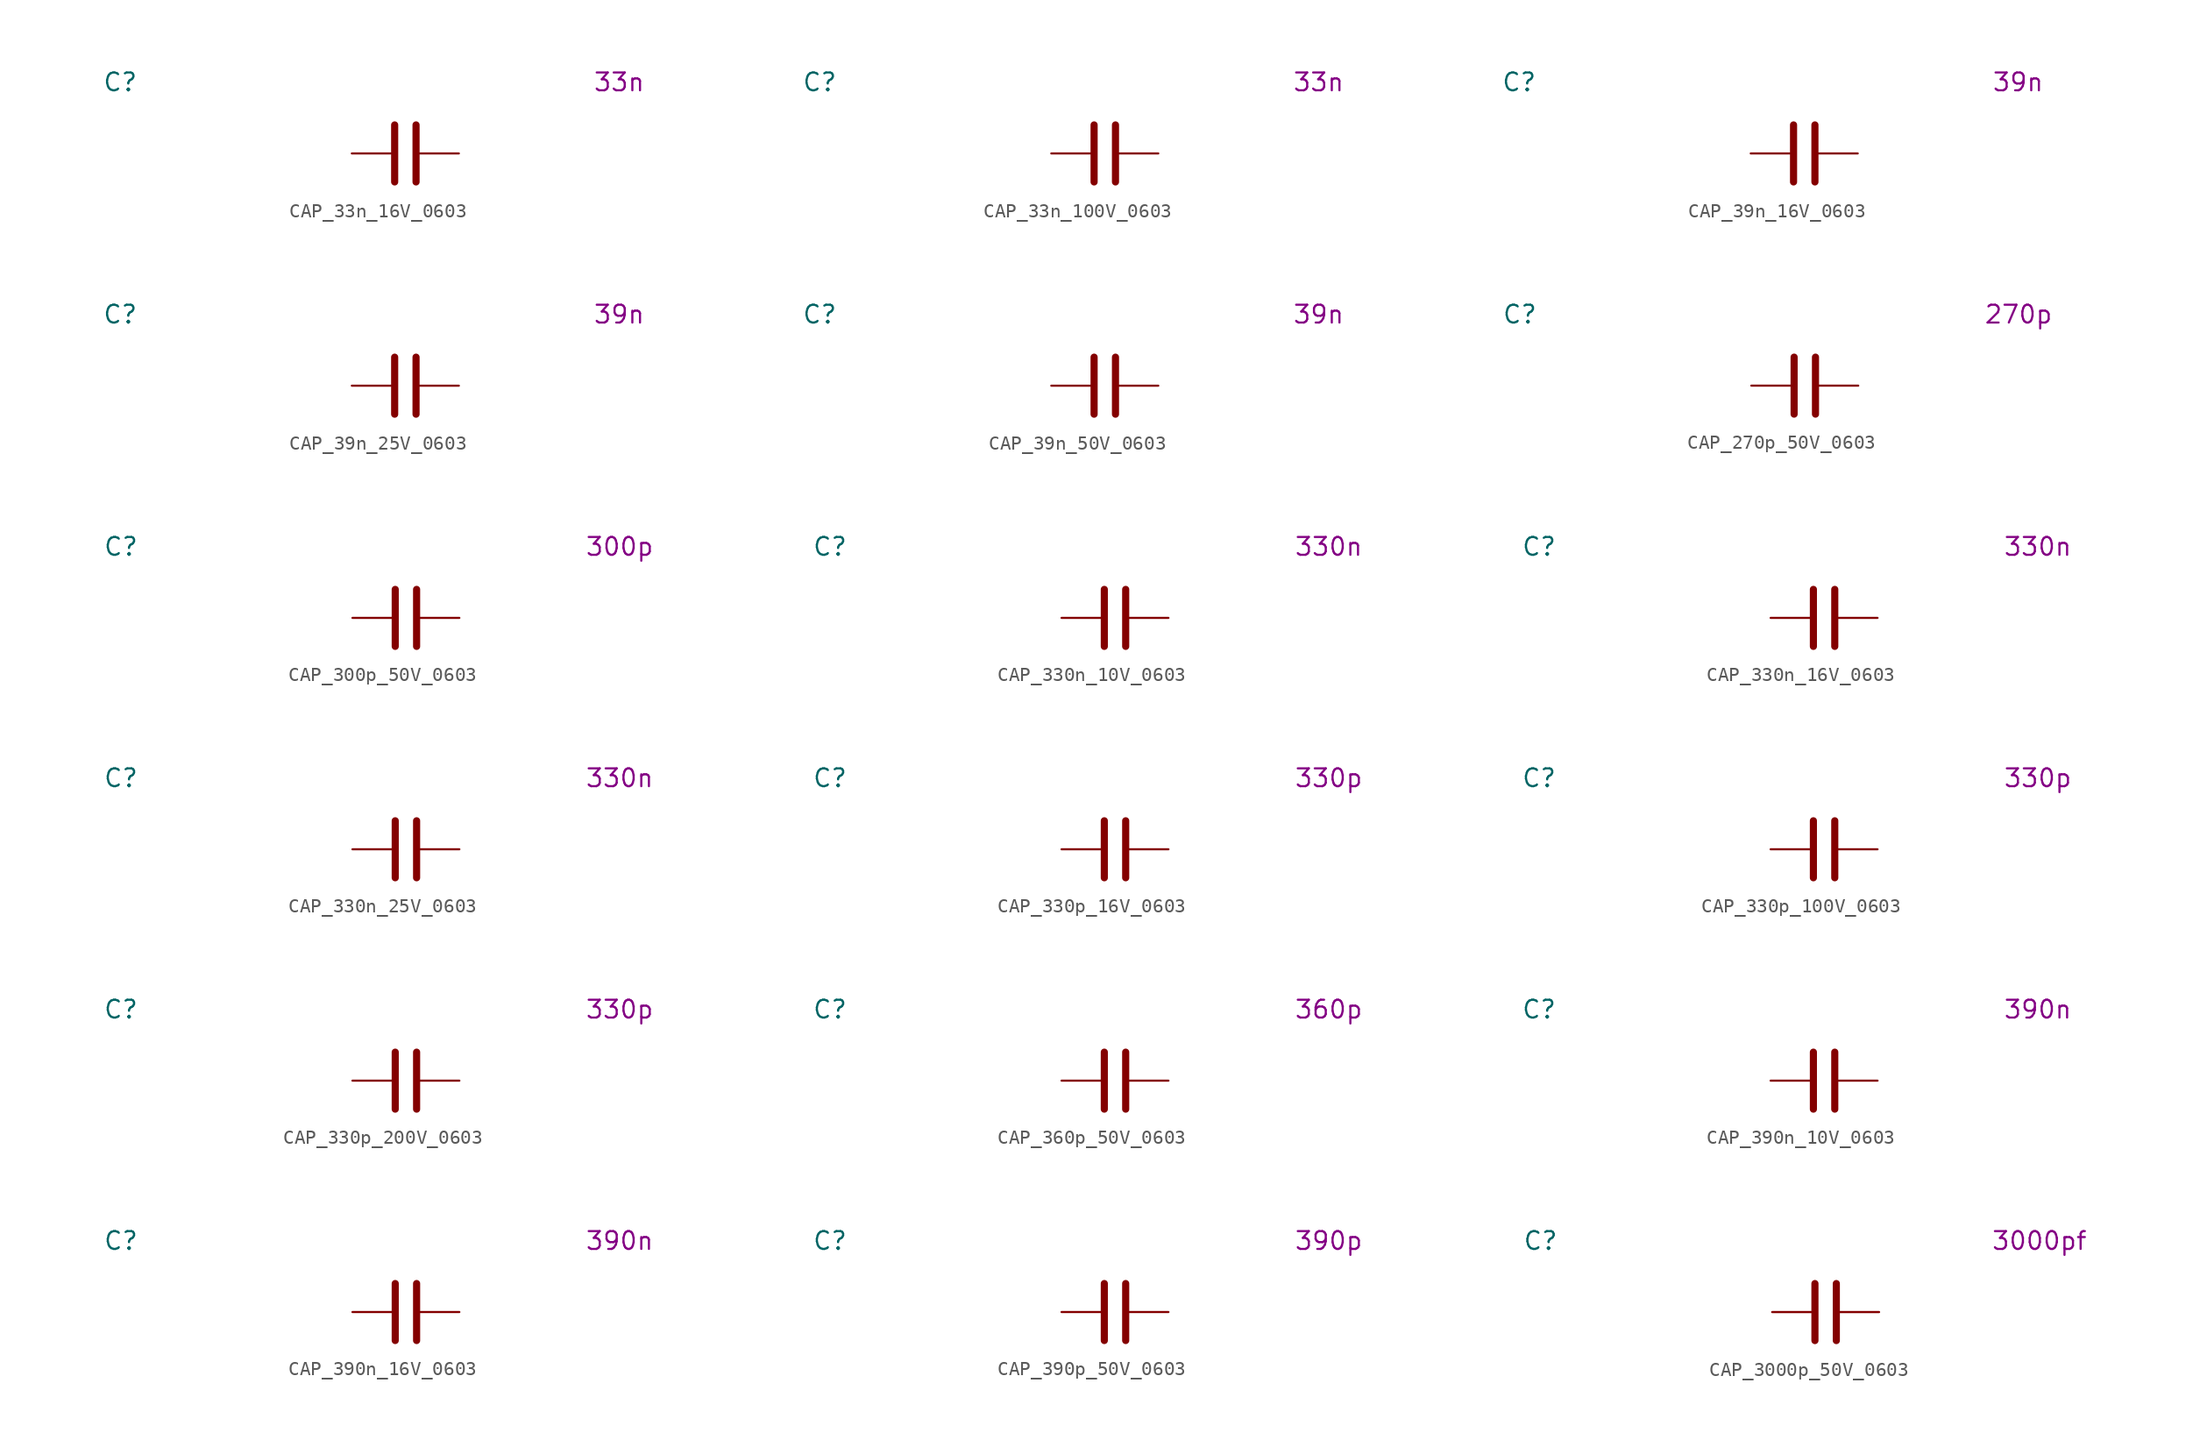
<source format=kicad_sym>
(kicad_symbol_lib
  (version 20231120)
  (generator "kicad_symbol_editor")
  (generator_version "8.0")
  (symbol "CAP_33n_16V_0603"
    (pin_numbers hide)
    (property "Reference" "C"
      (at -20.32 5.08 0)
      (effects (font (size 1.27 1.27))))
    (property "Display Value" "33n"
      (at 15.24 5.08 0)
      (effects (font (size 1.27 1.27))))
    (symbol "CAP_33n_16V_0603_0_1"
      (polyline (pts (xy -0.762 -2.032) (xy -0.762 2.032)) (stroke (width 0.508) (type default)) (fill (type none)))
      (polyline (pts (xy 0.762 -2.032) (xy 0.762 2.032)) (stroke (width 0.508) (type default)) (fill (type none))))
    (symbol "CAP_33n_16V_0603_1_1"
      (pin passive line (at -3.81 0 0) (length 2.794) (name "~" (effects (font (size 1.27 1.27)))) (number "1" (effects (font (size 1.27 1.27)))))
      (pin passive line (at 3.81 0 180) (length 2.794) (name "~" (effects (font (size 1.27 1.27)))) (number "2" (effects (font (size 1.27 1.27)))))))
  (symbol "CAP_33n_100V_0603"
    (pin_numbers hide)
    (property "Reference" "C"
      (at -20.32 5.08 0)
      (effects (font (size 1.27 1.27))))
    (property "Display Value" "33n"
      (at 15.24 5.08 0)
      (effects (font (size 1.27 1.27))))
    (symbol "CAP_33n_100V_0603_0_1"
      (polyline (pts (xy -0.762 -2.032) (xy -0.762 2.032)) (stroke (width 0.508) (type default)) (fill (type none)))
      (polyline (pts (xy 0.762 -2.032) (xy 0.762 2.032)) (stroke (width 0.508) (type default)) (fill (type none))))
    (symbol "CAP_33n_100V_0603_1_1"
      (pin passive line (at -3.81 0 0) (length 2.794) (name "~" (effects (font (size 1.27 1.27)))) (number "1" (effects (font (size 1.27 1.27)))))
      (pin passive line (at 3.81 0 180) (length 2.794) (name "~" (effects (font (size 1.27 1.27)))) (number "2" (effects (font (size 1.27 1.27)))))))
  (symbol "CAP_39n_16V_0603"
    (pin_numbers hide)
    (property "Reference" "C"
      (at -20.32 5.08 0)
      (effects (font (size 1.27 1.27))))
    (property "Display Value" "39n"
      (at 15.24 5.08 0)
      (effects (font (size 1.27 1.27))))
    (symbol "CAP_39n_16V_0603_0_1"
      (polyline (pts (xy -0.762 -2.032) (xy -0.762 2.032)) (stroke (width 0.508) (type default)) (fill (type none)))
      (polyline (pts (xy 0.762 -2.032) (xy 0.762 2.032)) (stroke (width 0.508) (type default)) (fill (type none))))
    (symbol "CAP_39n_16V_0603_1_1"
      (pin passive line (at -3.81 0 0) (length 2.794) (name "~" (effects (font (size 1.27 1.27)))) (number "1" (effects (font (size 1.27 1.27)))))
      (pin passive line (at 3.81 0 180) (length 2.794) (name "~" (effects (font (size 1.27 1.27)))) (number "2" (effects (font (size 1.27 1.27)))))))
  (symbol "CAP_39n_25V_0603"
    (pin_numbers hide)
    (property "Reference" "C"
      (at -20.32 5.08 0)
      (effects (font (size 1.27 1.27))))
    (property "Display Value" "39n"
      (at 15.24 5.08 0)
      (effects (font (size 1.27 1.27))))
    (symbol "CAP_39n_25V_0603_0_1"
      (polyline (pts (xy -0.762 -2.032) (xy -0.762 2.032)) (stroke (width 0.508) (type default)) (fill (type none)))
      (polyline (pts (xy 0.762 -2.032) (xy 0.762 2.032)) (stroke (width 0.508) (type default)) (fill (type none))))
    (symbol "CAP_39n_25V_0603_1_1"
      (pin passive line (at -3.81 0 0) (length 2.794) (name "~" (effects (font (size 1.27 1.27)))) (number "1" (effects (font (size 1.27 1.27)))))
      (pin passive line (at 3.81 0 180) (length 2.794) (name "~" (effects (font (size 1.27 1.27)))) (number "2" (effects (font (size 1.27 1.27)))))))
  (symbol "CAP_39n_50V_0603"
    (pin_numbers hide)
    (property "Reference" "C"
      (at -20.32 5.08 0)
      (effects (font (size 1.27 1.27))))
    (property "Display Value" "39n"
      (at 15.24 5.08 0)
      (effects (font (size 1.27 1.27))))
    (symbol "CAP_39n_50V_0603_0_1"
      (polyline (pts (xy -0.762 -2.032) (xy -0.762 2.032)) (stroke (width 0.508) (type default)) (fill (type none)))
      (polyline (pts (xy 0.762 -2.032) (xy 0.762 2.032)) (stroke (width 0.508) (type default)) (fill (type none))))
    (symbol "CAP_39n_50V_0603_1_1"
      (pin passive line (at -3.81 0 0) (length 2.794) (name "~" (effects (font (size 1.27 1.27)))) (number "1" (effects (font (size 1.27 1.27)))))
      (pin passive line (at 3.81 0 180) (length 2.794) (name "~" (effects (font (size 1.27 1.27)))) (number "2" (effects (font (size 1.27 1.27)))))))
  (symbol "CAP_270p_50V_0603"
    (pin_numbers hide)
    (property "Reference" "C"
      (at -20.32 5.08 0)
      (effects (font (size 1.27 1.27))))
    (property "Display Value" "270p"
      (at 15.24 5.08 0)
      (effects (font (size 1.27 1.27))))
    (symbol "CAP_270p_50V_0603_0_1"
      (polyline (pts (xy -0.762 -2.032) (xy -0.762 2.032)) (stroke (width 0.508) (type default)) (fill (type none)))
      (polyline (pts (xy 0.762 -2.032) (xy 0.762 2.032)) (stroke (width 0.508) (type default)) (fill (type none))))
    (symbol "CAP_270p_50V_0603_1_1"
      (pin passive line (at -3.81 0 0) (length 2.794) (name "~" (effects (font (size 1.27 1.27)))) (number "1" (effects (font (size 1.27 1.27)))))
      (pin passive line (at 3.81 0 180) (length 2.794) (name "~" (effects (font (size 1.27 1.27)))) (number "2" (effects (font (size 1.27 1.27)))))))
  (symbol "CAP_300p_50V_0603"
    (pin_numbers hide)
    (property "Reference" "C"
      (at -20.32 5.08 0)
      (effects (font (size 1.27 1.27))))
    (property "Display Value" "300p"
      (at 15.24 5.08 0)
      (effects (font (size 1.27 1.27))))
    (symbol "CAP_300p_50V_0603_0_1"
      (polyline (pts (xy -0.762 -2.032) (xy -0.762 2.032)) (stroke (width 0.508) (type default)) (fill (type none)))
      (polyline (pts (xy 0.762 -2.032) (xy 0.762 2.032)) (stroke (width 0.508) (type default)) (fill (type none))))
    (symbol "CAP_300p_50V_0603_1_1"
      (pin passive line (at -3.81 0 0) (length 2.794) (name "~" (effects (font (size 1.27 1.27)))) (number "1" (effects (font (size 1.27 1.27)))))
      (pin passive line (at 3.81 0 180) (length 2.794) (name "~" (effects (font (size 1.27 1.27)))) (number "2" (effects (font (size 1.27 1.27)))))))
  (symbol "CAP_330n_10V_0603"
    (pin_numbers hide)
    (property "Reference" "C"
      (at -20.32 5.08 0)
      (effects (font (size 1.27 1.27))))
    (property "Display Value" "330n"
      (at 15.24 5.08 0)
      (effects (font (size 1.27 1.27))))
    (symbol "CAP_330n_10V_0603_0_1"
      (polyline (pts (xy -0.762 -2.032) (xy -0.762 2.032)) (stroke (width 0.508) (type default)) (fill (type none)))
      (polyline (pts (xy 0.762 -2.032) (xy 0.762 2.032)) (stroke (width 0.508) (type default)) (fill (type none))))
    (symbol "CAP_330n_10V_0603_1_1"
      (pin passive line (at -3.81 0 0) (length 2.794) (name "~" (effects (font (size 1.27 1.27)))) (number "1" (effects (font (size 1.27 1.27)))))
      (pin passive line (at 3.81 0 180) (length 2.794) (name "~" (effects (font (size 1.27 1.27)))) (number "2" (effects (font (size 1.27 1.27)))))))
  (symbol "CAP_330n_16V_0603"
    (pin_numbers hide)
    (property "Reference" "C"
      (at -20.32 5.08 0)
      (effects (font (size 1.27 1.27))))
    (property "Display Value" "330n"
      (at 15.24 5.08 0)
      (effects (font (size 1.27 1.27))))
    (symbol "CAP_330n_16V_0603_0_1"
      (polyline (pts (xy -0.762 -2.032) (xy -0.762 2.032)) (stroke (width 0.508) (type default)) (fill (type none)))
      (polyline (pts (xy 0.762 -2.032) (xy 0.762 2.032)) (stroke (width 0.508) (type default)) (fill (type none))))
    (symbol "CAP_330n_16V_0603_1_1"
      (pin passive line (at -3.81 0 0) (length 2.794) (name "~" (effects (font (size 1.27 1.27)))) (number "1" (effects (font (size 1.27 1.27)))))
      (pin passive line (at 3.81 0 180) (length 2.794) (name "~" (effects (font (size 1.27 1.27)))) (number "2" (effects (font (size 1.27 1.27)))))))
  (symbol "CAP_330n_25V_0603"
    (pin_numbers hide)
    (property "Reference" "C"
      (at -20.32 5.08 0)
      (effects (font (size 1.27 1.27))))
    (property "Display Value" "330n"
      (at 15.24 5.08 0)
      (effects (font (size 1.27 1.27))))
    (symbol "CAP_330n_25V_0603_0_1"
      (polyline (pts (xy -0.762 -2.032) (xy -0.762 2.032)) (stroke (width 0.508) (type default)) (fill (type none)))
      (polyline (pts (xy 0.762 -2.032) (xy 0.762 2.032)) (stroke (width 0.508) (type default)) (fill (type none))))
    (symbol "CAP_330n_25V_0603_1_1"
      (pin passive line (at -3.81 0 0) (length 2.794) (name "~" (effects (font (size 1.27 1.27)))) (number "1" (effects (font (size 1.27 1.27)))))
      (pin passive line (at 3.81 0 180) (length 2.794) (name "~" (effects (font (size 1.27 1.27)))) (number "2" (effects (font (size 1.27 1.27)))))))
  (symbol "CAP_330p_16V_0603"
    (pin_numbers hide)
    (property "Reference" "C"
      (at -20.32 5.08 0)
      (effects (font (size 1.27 1.27))))
    (property "Display Value" "330p"
      (at 15.24 5.08 0)
      (effects (font (size 1.27 1.27))))
    (symbol "CAP_330p_16V_0603_0_1"
      (polyline (pts (xy -0.762 -2.032) (xy -0.762 2.032)) (stroke (width 0.508) (type default)) (fill (type none)))
      (polyline (pts (xy 0.762 -2.032) (xy 0.762 2.032)) (stroke (width 0.508) (type default)) (fill (type none))))
    (symbol "CAP_330p_16V_0603_1_1"
      (pin passive line (at -3.81 0 0) (length 2.794) (name "~" (effects (font (size 1.27 1.27)))) (number "1" (effects (font (size 1.27 1.27)))))
      (pin passive line (at 3.81 0 180) (length 2.794) (name "~" (effects (font (size 1.27 1.27)))) (number "2" (effects (font (size 1.27 1.27)))))))
  (symbol "CAP_330p_100V_0603"
    (pin_numbers hide)
    (property "Reference" "C"
      (at -20.32 5.08 0)
      (effects (font (size 1.27 1.27))))
    (property "Display Value" "330p"
      (at 15.24 5.08 0)
      (effects (font (size 1.27 1.27))))
    (symbol "CAP_330p_100V_0603_0_1"
      (polyline (pts (xy -0.762 -2.032) (xy -0.762 2.032)) (stroke (width 0.508) (type default)) (fill (type none)))
      (polyline (pts (xy 0.762 -2.032) (xy 0.762 2.032)) (stroke (width 0.508) (type default)) (fill (type none))))
    (symbol "CAP_330p_100V_0603_1_1"
      (pin passive line (at -3.81 0 0) (length 2.794) (name "~" (effects (font (size 1.27 1.27)))) (number "1" (effects (font (size 1.27 1.27)))))
      (pin passive line (at 3.81 0 180) (length 2.794) (name "~" (effects (font (size 1.27 1.27)))) (number "2" (effects (font (size 1.27 1.27)))))))
  (symbol "CAP_330p_200V_0603"
    (pin_numbers hide)
    (property "Reference" "C"
      (at -20.32 5.08 0)
      (effects (font (size 1.27 1.27))))
    (property "Display Value" "330p"
      (at 15.24 5.08 0)
      (effects (font (size 1.27 1.27))))
    (symbol "CAP_330p_200V_0603_0_1"
      (polyline (pts (xy -0.762 -2.032) (xy -0.762 2.032)) (stroke (width 0.508) (type default)) (fill (type none)))
      (polyline (pts (xy 0.762 -2.032) (xy 0.762 2.032)) (stroke (width 0.508) (type default)) (fill (type none))))
    (symbol "CAP_330p_200V_0603_1_1"
      (pin passive line (at -3.81 0 0) (length 2.794) (name "~" (effects (font (size 1.27 1.27)))) (number "1" (effects (font (size 1.27 1.27)))))
      (pin passive line (at 3.81 0 180) (length 2.794) (name "~" (effects (font (size 1.27 1.27)))) (number "2" (effects (font (size 1.27 1.27)))))))
  (symbol "CAP_360p_50V_0603"
    (pin_numbers hide)
    (property "Reference" "C"
      (at -20.32 5.08 0)
      (effects (font (size 1.27 1.27))))
    (property "Display Value" "360p"
      (at 15.24 5.08 0)
      (effects (font (size 1.27 1.27))))
    (symbol "CAP_360p_50V_0603_0_1"
      (polyline (pts (xy -0.762 -2.032) (xy -0.762 2.032)) (stroke (width 0.508) (type default)) (fill (type none)))
      (polyline (pts (xy 0.762 -2.032) (xy 0.762 2.032)) (stroke (width 0.508) (type default)) (fill (type none))))
    (symbol "CAP_360p_50V_0603_1_1"
      (pin passive line (at -3.81 0 0) (length 2.794) (name "~" (effects (font (size 1.27 1.27)))) (number "1" (effects (font (size 1.27 1.27)))))
      (pin passive line (at 3.81 0 180) (length 2.794) (name "~" (effects (font (size 1.27 1.27)))) (number "2" (effects (font (size 1.27 1.27)))))))
  (symbol "CAP_390n_10V_0603"
    (pin_numbers hide)
    (property "Reference" "C"
      (at -20.32 5.08 0)
      (effects (font (size 1.27 1.27))))
    (property "Display Value" "390n"
      (at 15.24 5.08 0)
      (effects (font (size 1.27 1.27))))
    (symbol "CAP_390n_10V_0603_0_1"
      (polyline (pts (xy -0.762 -2.032) (xy -0.762 2.032)) (stroke (width 0.508) (type default)) (fill (type none)))
      (polyline (pts (xy 0.762 -2.032) (xy 0.762 2.032)) (stroke (width 0.508) (type default)) (fill (type none))))
    (symbol "CAP_390n_10V_0603_1_1"
      (pin passive line (at -3.81 0 0) (length 2.794) (name "~" (effects (font (size 1.27 1.27)))) (number "1" (effects (font (size 1.27 1.27)))))
      (pin passive line (at 3.81 0 180) (length 2.794) (name "~" (effects (font (size 1.27 1.27)))) (number "2" (effects (font (size 1.27 1.27)))))))
  (symbol "CAP_390n_16V_0603"
    (pin_numbers hide)
    (property "Reference" "C"
      (at -20.32 5.08 0)
      (effects (font (size 1.27 1.27))))
    (property "Display Value" "390n"
      (at 15.24 5.08 0)
      (effects (font (size 1.27 1.27))))
    (symbol "CAP_390n_16V_0603_0_1"
      (polyline (pts (xy -0.762 -2.032) (xy -0.762 2.032)) (stroke (width 0.508) (type default)) (fill (type none)))
      (polyline (pts (xy 0.762 -2.032) (xy 0.762 2.032)) (stroke (width 0.508) (type default)) (fill (type none))))
    (symbol "CAP_390n_16V_0603_1_1"
      (pin passive line (at -3.81 0 0) (length 2.794) (name "~" (effects (font (size 1.27 1.27)))) (number "1" (effects (font (size 1.27 1.27)))))
      (pin passive line (at 3.81 0 180) (length 2.794) (name "~" (effects (font (size 1.27 1.27)))) (number "2" (effects (font (size 1.27 1.27)))))))
  (symbol "CAP_390p_50V_0603"
    (pin_numbers hide)
    (property "Reference" "C"
      (at -20.32 5.08 0)
      (effects (font (size 1.27 1.27))))
    (property "Display Value" "390p"
      (at 15.24 5.08 0)
      (effects (font (size 1.27 1.27))))
    (symbol "CAP_390p_50V_0603_0_1"
      (polyline (pts (xy -0.762 -2.032) (xy -0.762 2.032)) (stroke (width 0.508) (type default)) (fill (type none)))
      (polyline (pts (xy 0.762 -2.032) (xy 0.762 2.032)) (stroke (width 0.508) (type default)) (fill (type none))))
    (symbol "CAP_390p_50V_0603_1_1"
      (pin passive line (at -3.81 0 0) (length 2.794) (name "~" (effects (font (size 1.27 1.27)))) (number "1" (effects (font (size 1.27 1.27)))))
      (pin passive line (at 3.81 0 180) (length 2.794) (name "~" (effects (font (size 1.27 1.27)))) (number "2" (effects (font (size 1.27 1.27)))))))
  (symbol "CAP_3000p_50V_0603"
    (pin_numbers hide)
    (property "Reference" "C"
      (at -20.32 5.08 0)
      (effects (font (size 1.27 1.27))))
    (property "Display Value" "3000pf"
      (at 15.24 5.08 0)
      (effects (font (size 1.27 1.27))))
    (symbol "CAP_3000p_50V_0603_0_1"
      (polyline (pts (xy -0.762 -2.032) (xy -0.762 2.032)) (stroke (width 0.508) (type default)) (fill (type none)))
      (polyline (pts (xy 0.762 -2.032) (xy 0.762 2.032)) (stroke (width 0.508) (type default)) (fill (type none))))
    (symbol "CAP_3000p_50V_0603_1_1"
      (pin passive line (at -3.81 0 0) (length 2.794) (name "~" (effects (font (size 1.27 1.27)))) (number "1" (effects (font (size 1.27 1.27)))))
      (pin passive line (at 3.81 0 180) (length 2.794) (name "~" (effects (font (size 1.27 1.27)))) (number "2" (effects (font (size 1.27 1.27))))))))
</source>
